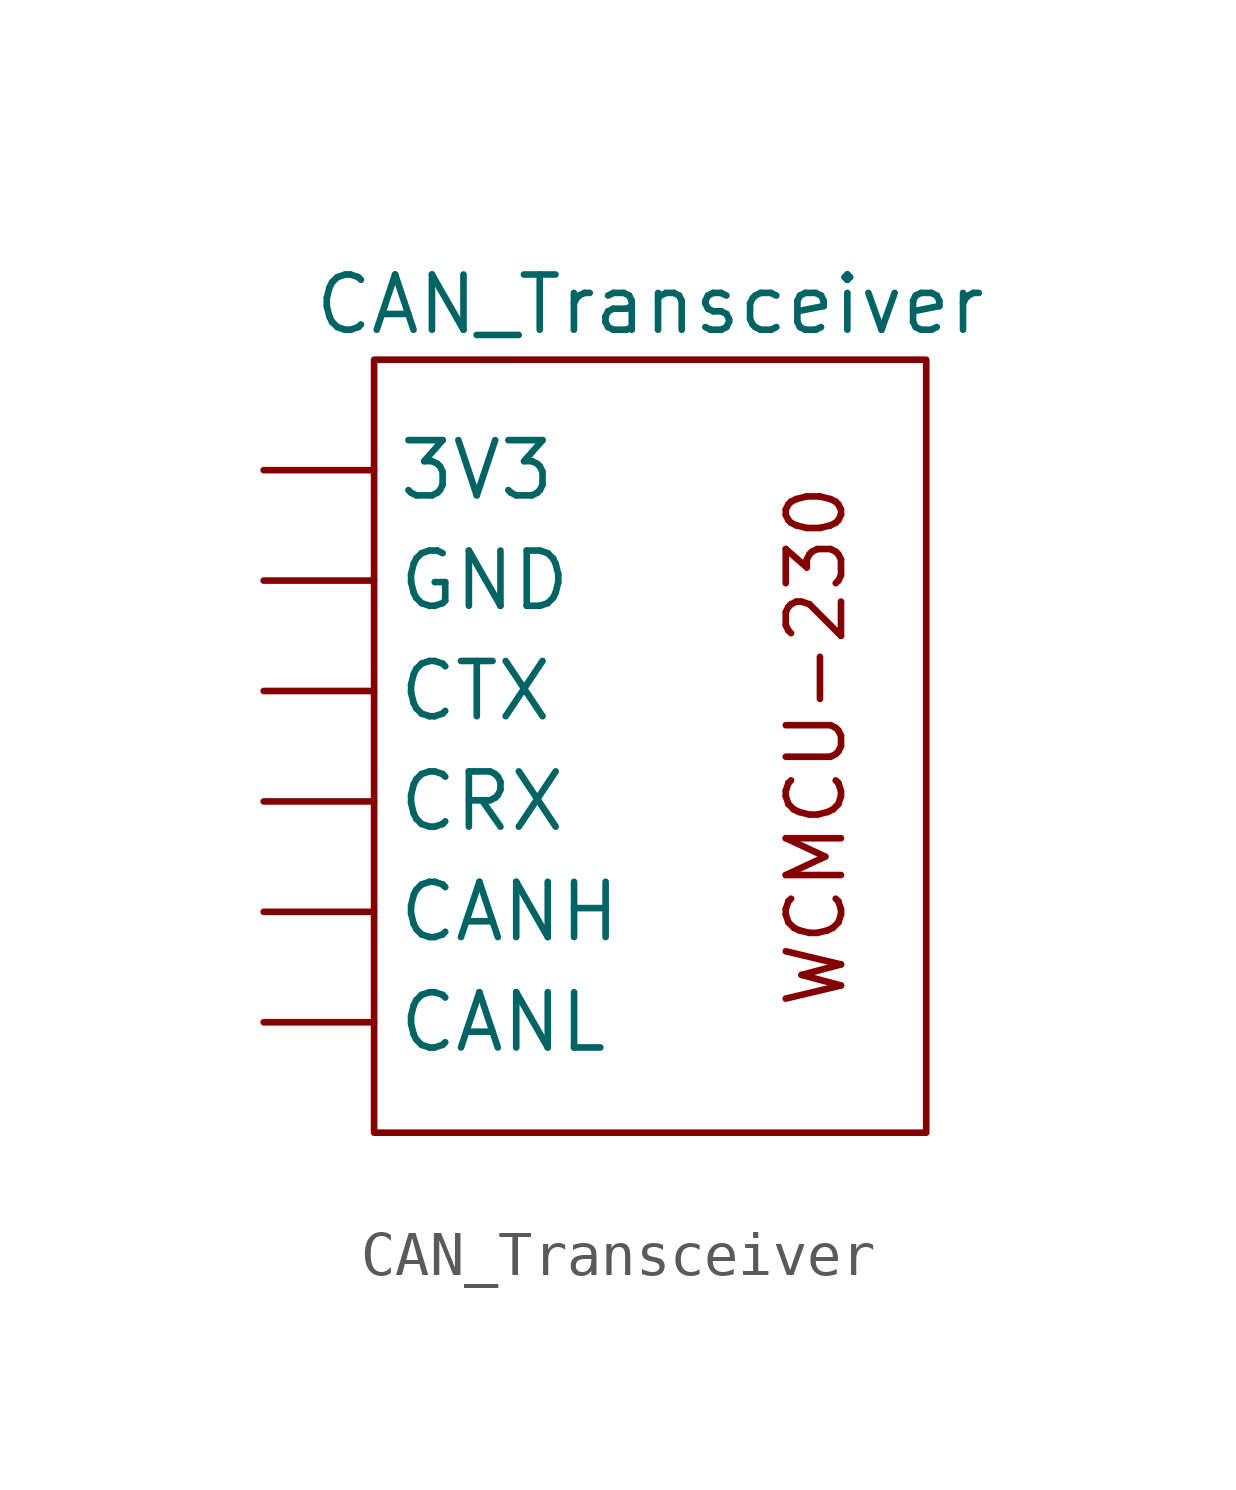
<source format=kicad_sym>
(kicad_symbol_lib
  (version 20211014)
  (generator kicad_symbol_editor)
  (symbol "CAN_Transceiver"
    (property "Reference" "U"
      (at 0 15.24 0)
      (effects (font (size 1.27 1.27)) hide))
    (property "Value" "CAN_Transceiver"
      (at 0 13.97 0)
      (effects (font (size 1.27 1.27))))
    (symbol "CAN_Transceiver_0_0"
      (text "WCMCU-230" (at 3.81 3.81 900) (effects (font (size 1.27 1.27)))))
    (symbol "CAN_Transceiver_0_1"
      (rectangle (start -6.35 12.7) (end 6.35 -5.08) (stroke (width 0) (type default) (color 0 0 0 0)) (fill (type none))))
    (symbol "CAN_Transceiver_1_1"
      (pin input line (at -8.89 10.16 0) (length 2.54) (name "3V3" (effects (font (size 1.27 1.27)))) (number "" (effects (font (size 1.27 1.27)))))
      (pin bidirectional line (at -8.89 0 0) (length 2.54) (name "CANH" (effects (font (size 1.27 1.27)))) (number "" (effects (font (size 1.27 1.27)))))
      (pin bidirectional line (at -8.89 -2.54 0) (length 2.54) (name "CANL" (effects (font (size 1.27 1.27)))) (number "" (effects (font (size 1.27 1.27)))))
      (pin bidirectional line (at -8.89 2.54 0) (length 2.54) (name "CRX" (effects (font (size 1.27 1.27)))) (number "" (effects (font (size 1.27 1.27)))))
      (pin bidirectional line (at -8.89 5.08 0) (length 2.54) (name "CTX" (effects (font (size 1.27 1.27)))) (number "" (effects (font (size 1.27 1.27)))))
      (pin input line (at -8.89 7.62 0) (length 2.54) (name "GND" (effects (font (size 1.27 1.27)))) (number "" (effects (font (size 1.27 1.27))))))))
</source>
